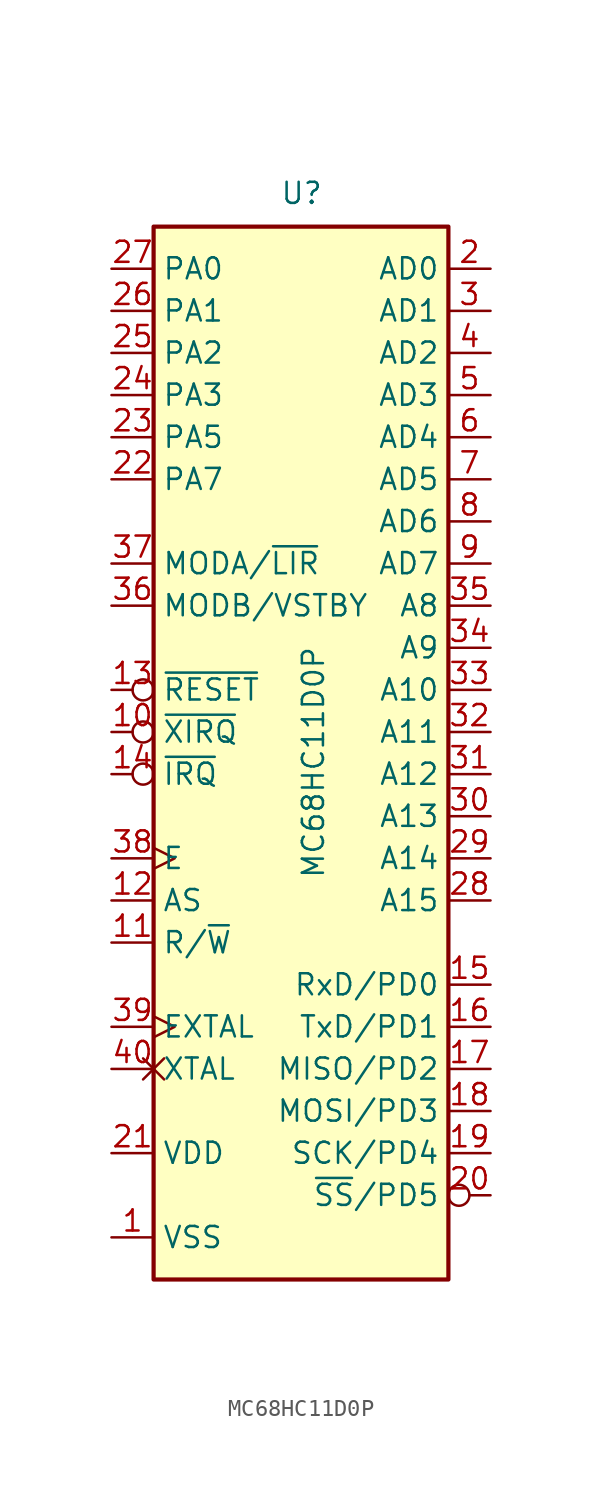
<source format=kicad_sym>
(kicad_symbol_lib
  (version 20231120)
  (generator "kicad_symbol_editor")
  (generator_version "8.0")
  (symbol "MC68HC11D0P"
    (property "Reference" "U"
      (at -1.27 31.75 0)
      (effects (font (size 1.27 1.27)) (justify left bottom)))
    (property "Value" "MC68HC11D0P"
      (at 0 -8.89 90)
      (effects (font (size 1.27 1.27)) (justify left top)))
    (symbol "MC68HC11D0P_0_1"
      (rectangle (start -8.89 -33.02) (end 8.89 30.48) (stroke (width 0.254) (type default)) (fill (type background))))
    (symbol "MC68HC11D0P_1_1"
      (pin power_in line (at -11.43 -30.48 0) (length 2.54) (name "VSS" (effects (font (size 1.27 1.27)))) (number "1" (effects (font (size 1.27 1.27)))))
      (pin input inverted (at -11.43 0 0) (length 2.54) (name "~{XIRQ}" (effects (font (size 1.27 1.27)))) (number "10" (effects (font (size 1.27 1.27)))))
      (pin output line (at -11.43 -12.7 0) (length 2.54) (name "R/~{W}" (effects (font (size 1.27 1.27)))) (number "11" (effects (font (size 1.27 1.27)))))
      (pin output line (at -11.43 -10.16 0) (length 2.54) (name "AS" (effects (font (size 1.27 1.27)))) (number "12" (effects (font (size 1.27 1.27)))))
      (pin bidirectional inverted (at -11.43 2.54 0) (length 2.54) (name "~{RESET}" (effects (font (size 1.27 1.27)))) (number "13" (effects (font (size 1.27 1.27)))))
      (pin input inverted (at -11.43 -2.54 0) (length 2.54) (name "~{IRQ}" (effects (font (size 1.27 1.27)))) (number "14" (effects (font (size 1.27 1.27)))))
      (pin input line (at 11.43 -15.24 180) (length 2.54) (name "RxD/PD0" (effects (font (size 1.27 1.27)))) (number "15" (effects (font (size 1.27 1.27)))))
      (pin output line (at 11.43 -17.78 180) (length 2.54) (name "TxD/PD1" (effects (font (size 1.27 1.27)))) (number "16" (effects (font (size 1.27 1.27)))))
      (pin input line (at 11.43 -20.32 180) (length 2.54) (name "MISO/PD2" (effects (font (size 1.27 1.27)))) (number "17" (effects (font (size 1.27 1.27)))))
      (pin output line (at 11.43 -22.86 180) (length 2.54) (name "MOSI/PD3" (effects (font (size 1.27 1.27)))) (number "18" (effects (font (size 1.27 1.27)))))
      (pin output line (at 11.43 -25.4 180) (length 2.54) (name "SCK/PD4" (effects (font (size 1.27 1.27)))) (number "19" (effects (font (size 1.27 1.27)))))
      (pin bidirectional line (at 11.43 27.94 180) (length 2.54) (name "AD0" (effects (font (size 1.27 1.27)))) (number "2" (effects (font (size 1.27 1.27)))))
      (pin output inverted (at 11.43 -27.94 180) (length 2.54) (name "~{SS}/PD5" (effects (font (size 1.27 1.27)))) (number "20" (effects (font (size 1.27 1.27)))))
      (pin power_in line (at -11.43 -25.4 0) (length 2.54) (name "VDD" (effects (font (size 1.27 1.27)))) (number "21" (effects (font (size 1.27 1.27)))))
      (pin bidirectional line (at -11.43 15.24 0) (length 2.54) (name "PA7" (effects (font (size 1.27 1.27)))) (number "22" (effects (font (size 1.27 1.27)))))
      (pin bidirectional line (at -11.43 17.78 0) (length 2.54) (name "PA5" (effects (font (size 1.27 1.27)))) (number "23" (effects (font (size 1.27 1.27)))))
      (pin bidirectional line (at -11.43 20.32 0) (length 2.54) (name "PA3" (effects (font (size 1.27 1.27)))) (number "24" (effects (font (size 1.27 1.27)))))
      (pin bidirectional line (at -11.43 22.86 0) (length 2.54) (name "PA2" (effects (font (size 1.27 1.27)))) (number "25" (effects (font (size 1.27 1.27)))))
      (pin bidirectional line (at -11.43 25.4 0) (length 2.54) (name "PA1" (effects (font (size 1.27 1.27)))) (number "26" (effects (font (size 1.27 1.27)))))
      (pin bidirectional line (at -11.43 27.94 0) (length 2.54) (name "PA0" (effects (font (size 1.27 1.27)))) (number "27" (effects (font (size 1.27 1.27)))))
      (pin output line (at 11.43 -10.16 180) (length 2.54) (name "A15" (effects (font (size 1.27 1.27)))) (number "28" (effects (font (size 1.27 1.27)))))
      (pin output line (at 11.43 -7.62 180) (length 2.54) (name "A14" (effects (font (size 1.27 1.27)))) (number "29" (effects (font (size 1.27 1.27)))))
      (pin bidirectional line (at 11.43 25.4 180) (length 2.54) (name "AD1" (effects (font (size 1.27 1.27)))) (number "3" (effects (font (size 1.27 1.27)))))
      (pin output line (at 11.43 -5.08 180) (length 2.54) (name "A13" (effects (font (size 1.27 1.27)))) (number "30" (effects (font (size 1.27 1.27)))))
      (pin output line (at 11.43 -2.54 180) (length 2.54) (name "A12" (effects (font (size 1.27 1.27)))) (number "31" (effects (font (size 1.27 1.27)))))
      (pin output line (at 11.43 0 180) (length 2.54) (name "A11" (effects (font (size 1.27 1.27)))) (number "32" (effects (font (size 1.27 1.27)))))
      (pin output line (at 11.43 2.54 180) (length 2.54) (name "A10" (effects (font (size 1.27 1.27)))) (number "33" (effects (font (size 1.27 1.27)))))
      (pin output line (at 11.43 5.08 180) (length 2.54) (name "A9" (effects (font (size 1.27 1.27)))) (number "34" (effects (font (size 1.27 1.27)))))
      (pin output line (at 11.43 7.62 180) (length 2.54) (name "A8" (effects (font (size 1.27 1.27)))) (number "35" (effects (font (size 1.27 1.27)))))
      (pin input line (at -11.43 7.62 0) (length 2.54) (name "MODB/VSTBY" (effects (font (size 1.27 1.27)))) (number "36" (effects (font (size 1.27 1.27)))))
      (pin bidirectional line (at -11.43 10.16 0) (length 2.54) (name "MODA/~{LIR}" (effects (font (size 1.27 1.27)))) (number "37" (effects (font (size 1.27 1.27)))))
      (pin output clock (at -11.43 -7.62 0) (length 2.54) (name "E" (effects (font (size 1.27 1.27)))) (number "38" (effects (font (size 1.27 1.27)))))
      (pin input clock (at -11.43 -17.78 0) (length 2.54) (name "EXTAL" (effects (font (size 1.27 1.27)))) (number "39" (effects (font (size 1.27 1.27)))))
      (pin bidirectional line (at 11.43 22.86 180) (length 2.54) (name "AD2" (effects (font (size 1.27 1.27)))) (number "4" (effects (font (size 1.27 1.27)))))
      (pin output non_logic (at -11.43 -20.32 0) (length 2.54) (name "XTAL" (effects (font (size 1.27 1.27)))) (number "40" (effects (font (size 1.27 1.27)))))
      (pin bidirectional line (at 11.43 20.32 180) (length 2.54) (name "AD3" (effects (font (size 1.27 1.27)))) (number "5" (effects (font (size 1.27 1.27)))))
      (pin bidirectional line (at 11.43 17.78 180) (length 2.54) (name "AD4" (effects (font (size 1.27 1.27)))) (number "6" (effects (font (size 1.27 1.27)))))
      (pin bidirectional line (at 11.43 15.24 180) (length 2.54) (name "AD5" (effects (font (size 1.27 1.27)))) (number "7" (effects (font (size 1.27 1.27)))))
      (pin bidirectional line (at 11.43 12.7 180) (length 2.54) (name "AD6" (effects (font (size 1.27 1.27)))) (number "8" (effects (font (size 1.27 1.27)))))
      (pin bidirectional line (at 11.43 10.16 180) (length 2.54) (name "AD7" (effects (font (size 1.27 1.27)))) (number "9" (effects (font (size 1.27 1.27))))))))
</source>
